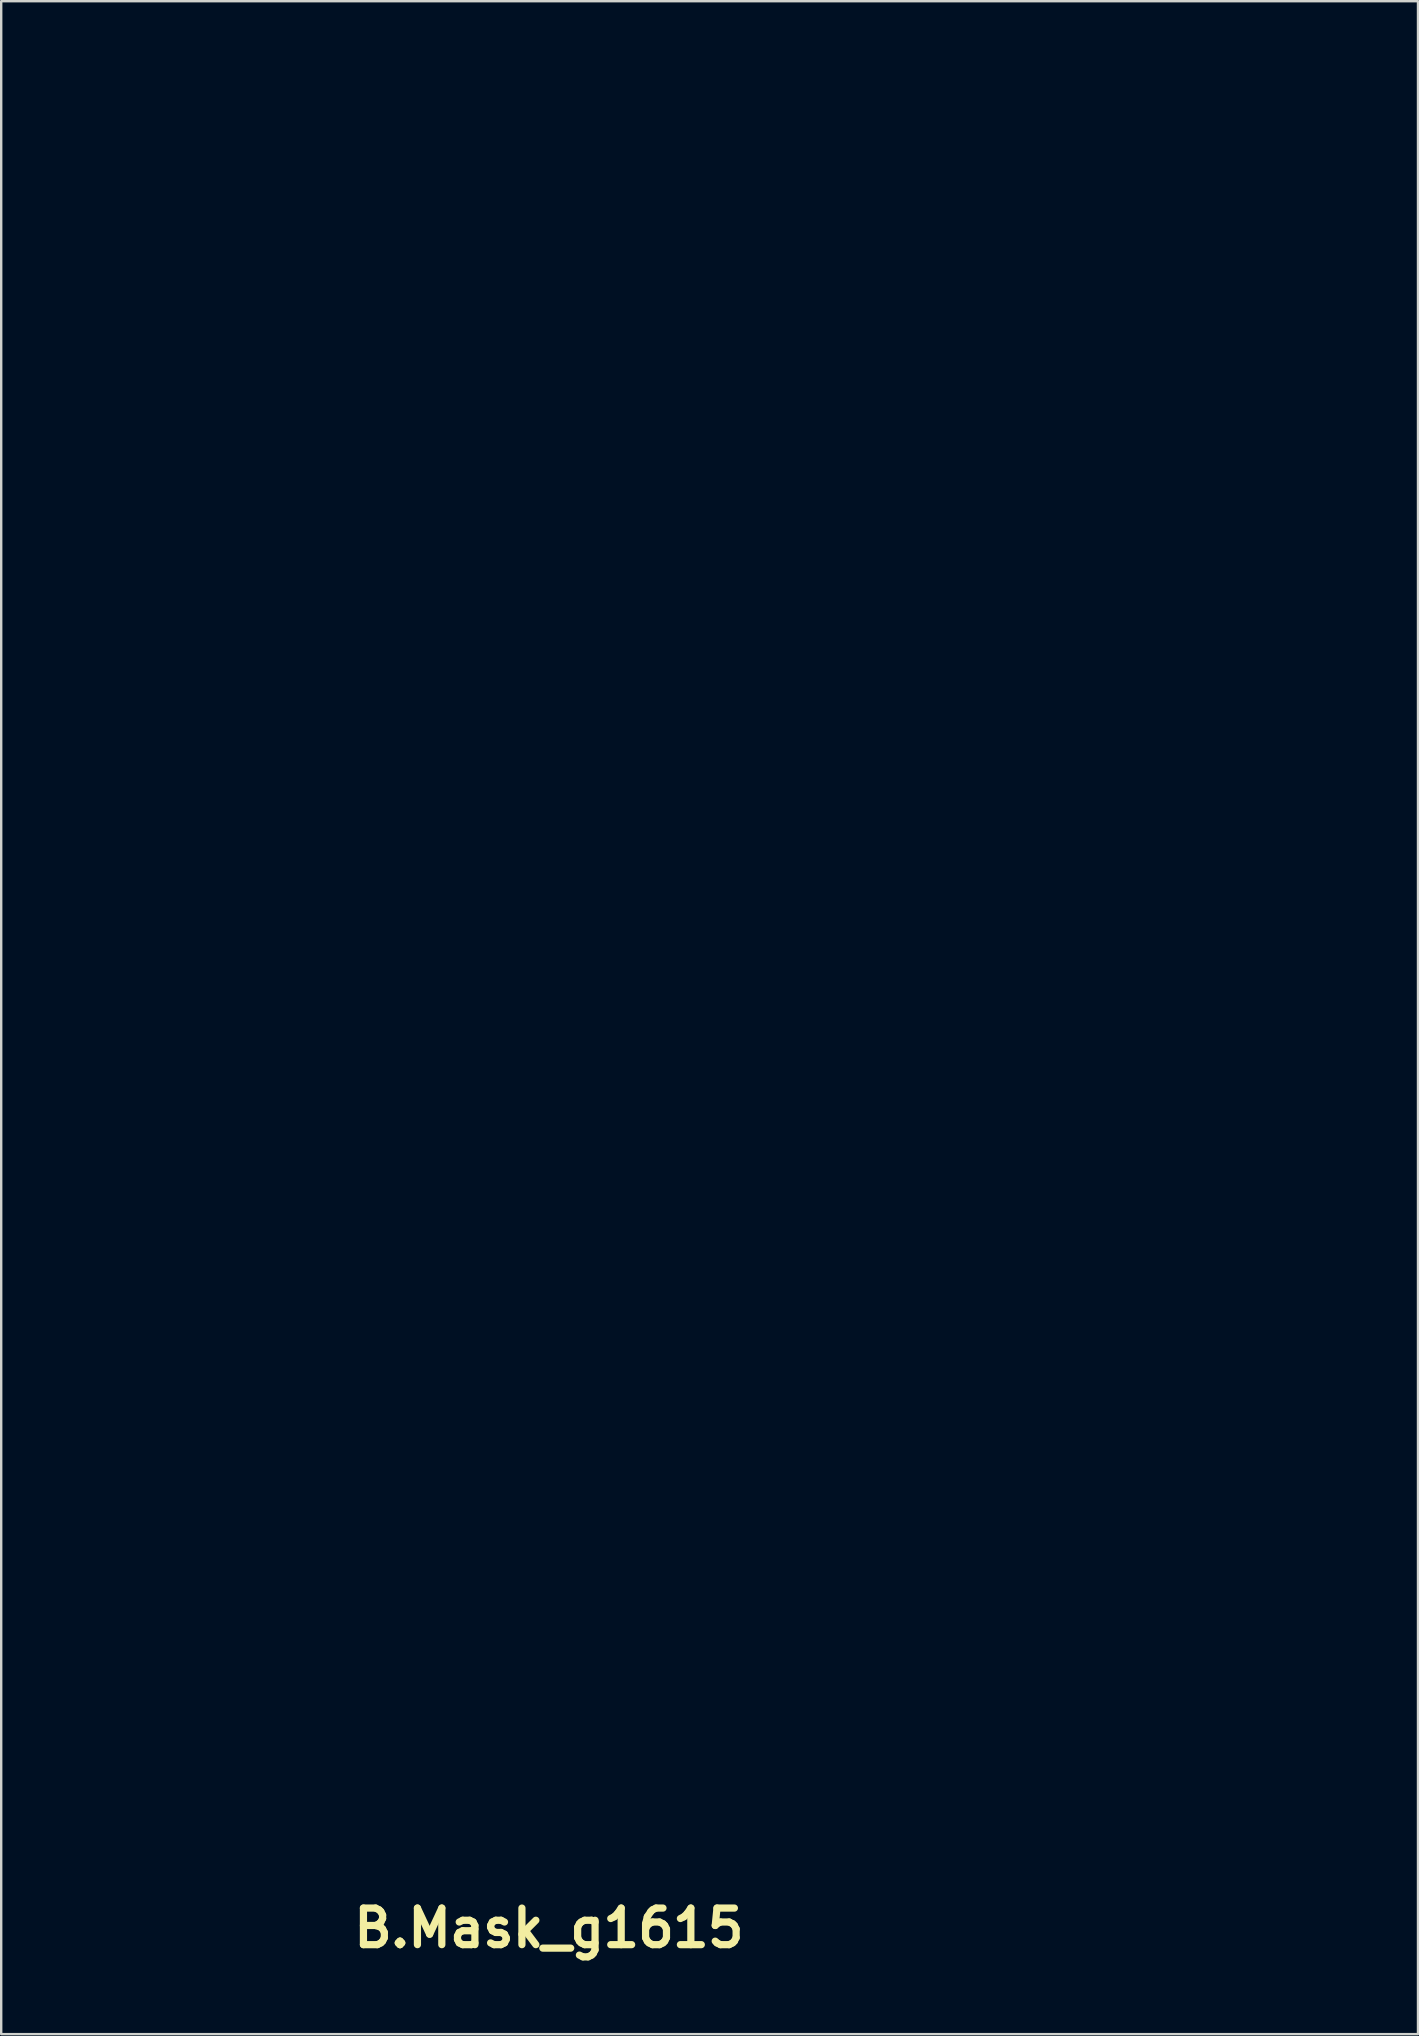
<source format=kicad_pcb>
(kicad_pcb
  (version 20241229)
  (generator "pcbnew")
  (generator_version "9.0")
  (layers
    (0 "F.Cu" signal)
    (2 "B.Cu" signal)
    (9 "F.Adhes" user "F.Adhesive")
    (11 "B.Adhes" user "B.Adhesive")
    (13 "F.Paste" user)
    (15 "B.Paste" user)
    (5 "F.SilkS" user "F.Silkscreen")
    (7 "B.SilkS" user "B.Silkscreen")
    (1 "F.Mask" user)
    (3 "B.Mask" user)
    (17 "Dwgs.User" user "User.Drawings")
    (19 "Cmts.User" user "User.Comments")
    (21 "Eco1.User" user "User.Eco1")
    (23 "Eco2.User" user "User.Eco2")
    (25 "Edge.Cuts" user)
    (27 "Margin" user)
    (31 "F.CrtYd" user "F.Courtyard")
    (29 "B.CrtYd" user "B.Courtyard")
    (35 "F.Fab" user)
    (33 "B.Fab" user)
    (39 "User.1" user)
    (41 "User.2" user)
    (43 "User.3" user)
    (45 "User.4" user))
  (footprint "B.Mask_g1615"
    (layer "F.Cu")
    (at 19.824 77.296)
    (property "Reference" "B.Mask_g1615" (at 0 0 0) (layer "F.SilkS") (effects (font (size 1.524 1.524) (thickness 0.3))))
    (attr through_hole)
    (fp_poly (pts (xy 14.79 -77.285) (xy 14.982 -77.269) (xy 15.153 -77.245) (xy 15.284 -77.216) (xy 15.358 -77.183) (xy 15.367 -77.167) (xy 15.351 -77.114) (xy 15.306 -77.001) (xy 15.24 -76.843) (xy 15.159 -76.657) (xy 15.154 -76.646) (xy 14.87 -75.934) (xy 14.626 -75.177) (xy 14.429 -74.402) (xy 14.286 -73.636) (xy 14.221 -73.11) (xy 14.198 -72.75) (xy 14.189 -72.33) (xy 14.195 -71.87) (xy 14.214 -71.394) (xy 14.245 -70.923) (xy 14.288 -70.479) (xy 14.308 -70.318) (xy 14.336 -70.131) (xy 14.378 -69.874) (xy 14.433 -69.56) (xy 14.498 -69.203) (xy 14.57 -68.816) (xy 14.647 -68.412) (xy 14.727 -68.003) (xy 14.751 -67.884) (xy 14.867 -67.294) (xy 14.971 -66.753) (xy 15.061 -66.266) (xy 15.137 -65.838) (xy 15.198 -65.474) (xy 15.243 -65.177) (xy 15.271 -64.953) (xy 15.282 -64.806) (xy 15.282 -64.796) (xy 15.291 -64.714) (xy 15.309 -64.685) (xy 15.352 -64.709) (xy 15.447 -64.774) (xy 15.58 -64.868) (xy 15.704 -64.959) (xy 15.891 -65.091) (xy 16.088 -65.218) (xy 16.266 -65.321) (xy 16.344 -65.361) (xy 16.519 -65.434) (xy 16.712 -65.501) (xy 16.902 -65.557) (xy 17.069 -65.596) (xy 17.192 -65.611) (xy 17.239 -65.606) (xy 17.28 -65.555) (xy 17.326 -65.449) (xy 17.354 -65.357) (xy 17.401 -65.188) (xy 17.473 -64.958) (xy 17.562 -64.684) (xy 17.663 -64.385) (xy 17.77 -64.076) (xy 17.876 -63.778) (xy 17.977 -63.506) (xy 18.044 -63.331) (xy 18.435 -62.403) (xy 18.891 -61.439) (xy 19.405 -60.45) (xy 19.972 -59.445) (xy 20.587 -58.436) (xy 20.645 -58.344) (xy 20.821 -58.069) (xy 20.99 -57.807) (xy 21.157 -57.551) (xy 21.328 -57.292) (xy 21.508 -57.023) (xy 21.703 -56.736) (xy 21.918 -56.422) (xy 22.159 -56.072) (xy 22.431 -55.68) (xy 22.74 -55.237) (xy 23.091 -54.735) (xy 23.178 -54.61) (xy 23.443 -54.231) (xy 23.707 -53.852) (xy 23.963 -53.485) (xy 24.203 -53.137) (xy 24.423 -52.819) (xy 24.615 -52.54) (xy 24.773 -52.308) (xy 24.891 -52.135) (xy 24.913 -52.102) (xy 25.048 -51.9) (xy 25.168 -51.726) (xy 25.264 -51.59) (xy 25.329 -51.504) (xy 25.354 -51.477) (xy 25.392 -51.505) (xy 25.48 -51.581) (xy 25.61 -51.696) (xy 25.769 -51.842) (xy 25.913 -51.975) (xy 26.189 -52.223) (xy 26.428 -52.416) (xy 26.647 -52.563) (xy 26.864 -52.677) (xy 27.096 -52.766) (xy 27.333 -52.834) (xy 27.487 -52.871) (xy 27.605 -52.895) (xy 27.668 -52.903) (xy 27.673 -52.902) (xy 27.687 -52.858) (xy 27.718 -52.743) (xy 27.763 -52.568) (xy 27.821 -52.343) (xy 27.887 -52.079) (xy 27.959 -51.79) (xy 28.327 -50.375) (xy 28.716 -49.025) (xy 29.133 -47.72) (xy 29.584 -46.442) (xy 30.076 -45.173) (xy 30.616 -43.894) (xy 31.045 -42.939) (xy 31.277 -42.434) (xy 31.475 -41.991) (xy 31.645 -41.598) (xy 31.792 -41.243) (xy 31.921 -40.912) (xy 32.037 -40.594) (xy 32.145 -40.274) (xy 32.249 -39.941) (xy 32.355 -39.582) (xy 32.364 -39.552) (xy 32.634 -38.505) (xy 32.843 -37.452) (xy 32.992 -36.38) (xy 33.083 -35.272) (xy 33.119 -34.116) (xy 33.119 -33.951) (xy 33.104 -32.987) (xy 33.054 -32.066) (xy 32.968 -31.16) (xy 32.841 -30.243) (xy 32.673 -29.287) (xy 32.637 -29.104) (xy 32.583 -28.848) (xy 32.52 -28.559) (xy 32.451 -28.251) (xy 32.378 -27.938) (xy 32.305 -27.634) (xy 32.235 -27.352) (xy 32.172 -27.107) (xy 32.119 -26.911) (xy 32.079 -26.779) (xy 32.068 -26.749) (xy 32.074 -26.694) (xy 32.14 -26.627) (xy 32.26 -26.546) (xy 32.537 -26.34) (xy 32.805 -26.074) (xy 33.039 -25.772) (xy 33.046 -25.76) (xy 33.211 -25.513) (xy 33.208 -24.917) (xy 33.202 -24.645) (xy 33.182 -24.394) (xy 33.145 -24.151) (xy 33.088 -23.905) (xy 33.005 -23.642) (xy 32.895 -23.351) (xy 32.753 -23.018) (xy 32.575 -22.631) (xy 32.451 -22.37) (xy 32.275 -22.013) (xy 32.103 -21.681) (xy 31.925 -21.358) (xy 31.732 -21.027) (xy 31.515 -20.673) (xy 31.264 -20.281) (xy 31.023 -19.914) (xy 30.432 -19.02) (xy 29.877 -18.992) (xy 29.793 -18.987) (xy 29.628 -18.976) (xy 29.385 -18.959) (xy 29.066 -18.937) (xy 28.676 -18.91) (xy 28.218 -18.877) (xy 27.694 -18.84) (xy 27.107 -18.798) (xy 26.462 -18.752) (xy 25.76 -18.702) (xy 25.005 -18.648) (xy 24.201 -18.59) (xy 23.351 -18.529) (xy 22.457 -18.465) (xy 21.523 -18.398) (xy 20.552 -18.328) (xy 19.547 -18.255) (xy 18.511 -18.18) (xy 17.448 -18.104) (xy 16.36 -18.025) (xy 15.251 -17.945) (xy 14.43 -17.885) (xy 13.314 -17.804) (xy 12.219 -17.725) (xy 11.149 -17.648) (xy 10.107 -17.572) (xy 9.095 -17.499) (xy 8.117 -17.428) (xy 7.176 -17.36) (xy 6.275 -17.295) (xy 5.416 -17.232) (xy 4.603 -17.174) (xy 3.839 -17.118) (xy 3.127 -17.067) (xy 2.47 -17.019) (xy 1.87 -16.976) (xy 1.331 -16.937) (xy 0.857 -16.903) (xy 0.449 -16.873) (xy 0.111 -16.849) (xy -0.154 -16.83) (xy -0.343 -16.816) (xy -0.453 -16.808) (xy -0.482 -16.806) (xy -0.515 -16.835) (xy -0.607 -16.918) (xy -0.757 -17.055) (xy -0.961 -17.243) (xy -1.218 -17.479) (xy -1.525 -17.762) (xy -1.88 -18.089) (xy -2.281 -18.458) (xy -2.724 -18.867) (xy -3.208 -19.314) (xy -3.73 -19.796) (xy -4.288 -20.311) (xy -4.879 -20.857) (xy -5.501 -21.432) (xy -6.152 -22.033) (xy -6.829 -22.659) (xy -7.53 -23.307) (xy -8.253 -23.975) (xy -8.994 -24.661) (xy -9.752 -25.362) (xy -9.936 -25.532) (xy -10.7 -26.239) (xy -11.45 -26.933) (xy -12.182 -27.61) (xy -12.894 -28.27) (xy -13.584 -28.908) (xy -14.25 -29.524) (xy -14.888 -30.115) (xy -15.496 -30.679) (xy -16.073 -31.213) (xy -16.614 -31.715) (xy -17.119 -32.182) (xy -17.585 -32.613) (xy -18.008 -33.006) (xy -18.387 -33.357) (xy -18.719 -33.665) (xy -19.001 -33.927) (xy -19.232 -34.142) (xy -19.408 -34.306) (xy -19.528 -34.418) (xy -19.589 -34.475) (xy -19.593 -34.479) (xy -19.819 -34.7) (xy -18.372 -38.527) (xy -18.164 -39.078) (xy -17.961 -39.61) (xy -17.767 -40.119) (xy -17.583 -40.597) (xy -17.412 -41.04) (xy -17.256 -41.441) (xy -17.117 -41.795) (xy -16.998 -42.094) (xy -16.901 -42.334) (xy -16.829 -42.509) (xy -16.783 -42.612) (xy -16.775 -42.63) (xy -16.59 -42.959) (xy -16.38 -43.322) (xy -16.142 -43.723) (xy -15.874 -44.164) (xy -15.574 -44.649) (xy -15.24 -45.181) (xy -14.87 -45.764) (xy -14.461 -46.401) (xy -14.012 -47.095) (xy -13.52 -47.851) (xy -12.984 -48.67) (xy -12.642 -49.191) (xy -12.347 -49.64) (xy -12.095 -50.024) (xy -11.882 -50.352) (xy -11.704 -50.629) (xy -11.559 -50.863) (xy -11.441 -51.06) (xy -11.348 -51.228) (xy -11.275 -51.373) (xy -11.219 -51.501) (xy -11.176 -51.621) (xy -11.143 -51.738) (xy -11.115 -51.859) (xy -11.09 -51.992) (xy -11.074 -52.077) (xy -11.02 -52.437) (xy -10.988 -52.799) (xy -10.98 -53.173) (xy -10.995 -53.569) (xy -11.036 -53.998) (xy -11.103 -54.471) (xy -11.196 -54.999) (xy -11.317 -55.592) (xy -11.365 -55.815) (xy -11.417 -56.048) (xy -11.465 -56.258) (xy -11.504 -56.426) (xy -11.531 -56.538) (xy -11.541 -56.573) (xy -11.548 -56.605) (xy -11.536 -56.627) (xy -11.492 -56.64) (xy -11.405 -56.644) (xy -11.261 -56.641) (xy -11.049 -56.632) (xy -10.98 -56.629) (xy -10.255 -56.565) (xy -9.501 -56.44) (xy -8.743 -56.261) (xy -8.004 -56.032) (xy -7.542 -55.858) (xy -7.446 -55.822) (xy -7.378 -55.812) (xy -7.33 -55.841) (xy -7.293 -55.918) (xy -7.258 -56.056) (xy -7.216 -56.265) (xy -7.213 -56.28) (xy -7.172 -56.569) (xy -7.147 -56.906) (xy -7.139 -57.267) (xy -7.148 -57.624) (xy -7.172 -57.951) (xy -7.213 -58.223) (xy -7.215 -58.23) (xy -7.28 -58.508) (xy -7.354 -58.774) (xy -7.442 -59.039) (xy -7.549 -59.313) (xy -7.679 -59.61) (xy -7.838 -59.938) (xy -8.031 -60.311) (xy -8.261 -60.738) (xy -8.386 -60.964) (xy -8.572 -61.306) (xy -8.744 -61.633) (xy -8.896 -61.935) (xy -9.025 -62.204) (xy -9.126 -62.429) (xy -9.194 -62.601) (xy -9.226 -62.712) (xy -9.227 -62.728) (xy -9.193 -62.781) (xy -9.112 -62.827) (xy -8.955 -62.88) (xy -8.736 -62.941) (xy -8.478 -63.007) (xy -8.201 -63.072) (xy -7.928 -63.13) (xy -7.68 -63.177) (xy -7.602 -63.19) (xy -7.287 -63.227) (xy -6.912 -63.252) (xy -6.5 -63.265) (xy -6.075 -63.264) (xy -5.661 -63.252) (xy -5.28 -63.226) (xy -4.957 -63.189) (xy -4.953 -63.188) (xy -4.695 -63.142) (xy -4.386 -63.078) (xy -4.051 -63.002) (xy -3.712 -62.918) (xy -3.392 -62.834) (xy -3.115 -62.753) (xy -2.945 -62.698) (xy -2.81 -62.657) (xy -2.709 -62.638) (xy -2.667 -62.642) (xy -2.641 -62.692) (xy -2.59 -62.804) (xy -2.523 -62.959) (xy -2.456 -63.119) (xy -2.321 -63.43) (xy -2.152 -63.792) (xy -1.962 -64.183) (xy -1.76 -64.583) (xy -1.558 -64.969) (xy -1.366 -65.321) (xy -1.196 -65.617) (xy -0.521 -66.67) (xy 0.215 -67.681) (xy 1.014 -68.653) (xy 1.881 -69.59) (xy 2.817 -70.493) (xy 3.826 -71.368) (xy 4.911 -72.215) (xy 6.074 -73.039) (xy 6.223 -73.139) (xy 6.657 -73.425) (xy 7.088 -73.702) (xy 7.528 -73.975) (xy 7.987 -74.252) (xy 8.477 -74.539) (xy 9.008 -74.843) (xy 9.591 -75.169) (xy 10.238 -75.525) (xy 10.335 -75.579) (xy 10.928 -75.9) (xy 11.455 -76.179) (xy 11.923 -76.42) (xy 12.338 -76.624) (xy 12.709 -76.795) (xy 13.04 -76.936) (xy 13.338 -77.049) (xy 13.611 -77.137) (xy 13.865 -77.203) (xy 14.106 -77.249) (xy 14.341 -77.279) (xy 14.415 -77.286) (xy 14.595 -77.291) (xy 14.79 -77.285)) (stroke (width 0.01) (type solid)) (fill yes) (layer "B.Mask")))
  (gr_rect
    (start -3 -3)
    (end 56.039 81.714)
    (stroke (width 0.1) (type default))
    (fill no)
    (layer "Edge.Cuts")))
</source>
